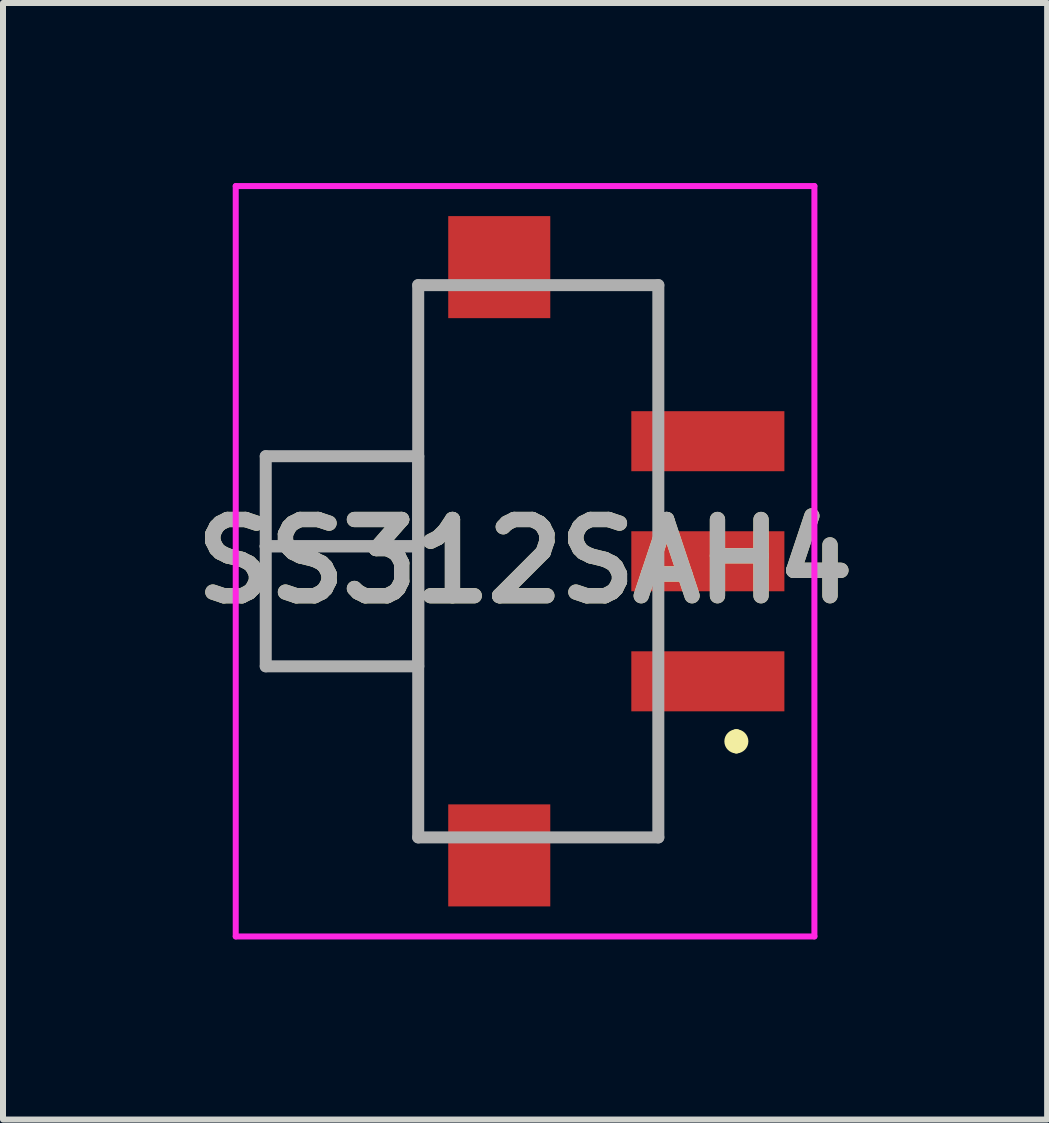
<source format=kicad_pcb>
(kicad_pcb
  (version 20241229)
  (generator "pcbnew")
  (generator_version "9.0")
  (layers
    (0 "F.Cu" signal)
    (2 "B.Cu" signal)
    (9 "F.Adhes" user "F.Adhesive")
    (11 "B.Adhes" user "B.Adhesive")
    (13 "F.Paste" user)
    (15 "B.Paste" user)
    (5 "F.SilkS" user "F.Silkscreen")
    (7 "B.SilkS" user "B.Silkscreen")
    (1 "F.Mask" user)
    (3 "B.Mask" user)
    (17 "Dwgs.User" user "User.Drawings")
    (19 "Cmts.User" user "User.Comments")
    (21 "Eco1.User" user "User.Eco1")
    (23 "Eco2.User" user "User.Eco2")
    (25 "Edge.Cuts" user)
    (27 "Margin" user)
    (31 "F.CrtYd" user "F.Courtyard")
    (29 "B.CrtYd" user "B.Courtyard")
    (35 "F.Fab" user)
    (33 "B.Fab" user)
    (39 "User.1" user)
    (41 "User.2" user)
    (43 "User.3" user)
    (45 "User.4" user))
  (footprint "SS312SAH4"
    (layer "F.Cu")
    (at 5.697 6.3)
    (property "Reference" "SS312SAH4" (at 0 0 0) (layer "F.SilkS") (effects (font (size 1.27 1.27) (thickness 0.254))))
    (attr smd)
    (fp_line (start -1.78 -4.6) (end -1.78 4.6) (stroke (width 0.1) (type solid)) (layer "F.SilkS"))
    (fp_line (start 2.22 -4.6) (end 1.22 -4.6) (stroke (width 0.1) (type solid)) (layer "F.SilkS"))
    (fp_line (start 2.22 -3) (end 2.22 -4.6) (stroke (width 0.1) (type solid)) (layer "F.SilkS"))
    (fp_line (start 2.22 3) (end 2.22 4.6) (stroke (width 0.1) (type solid)) (layer "F.SilkS"))
    (fp_line (start 2.22 4.6) (end 1.22 4.6) (stroke (width 0.1) (type solid)) (layer "F.SilkS"))
    (fp_line (start 3.52 2.9) (end 3.52 2.9) (stroke (width 0.2) (type solid)) (layer "F.SilkS"))
    (fp_line (start 3.52 3.1) (end 3.52 3.1) (stroke (width 0.2) (type solid)) (layer "F.SilkS"))
    (fp_arc (start 3.52 2.9) (mid 3.62 3) (end 3.52 3.1) (stroke (width 0.2) (type solid)) (layer "F.SilkS"))
    (fp_arc (start 3.52 3.1) (mid 3.42 3) (end 3.52 2.9) (stroke (width 0.2) (type solid)) (layer "F.SilkS"))
    (fp_line (start -4.82 -6.25) (end 4.82 -6.25) (stroke (width 0.1) (type solid)) (layer "F.CrtYd"))
    (fp_line (start -4.82 6.25) (end -4.82 -6.25) (stroke (width 0.1) (type solid)) (layer "F.CrtYd"))
    (fp_line (start 4.82 -6.25) (end 4.82 6.25) (stroke (width 0.1) (type solid)) (layer "F.CrtYd"))
    (fp_line (start 4.82 6.25) (end -4.82 6.25) (stroke (width 0.1) (type solid)) (layer "F.CrtYd"))
    (fp_line (start -4.32 -1.75) (end -4.32 -0.25) (stroke (width 0.2) (type solid)) (layer "F.Fab"))
    (fp_line (start -4.32 -0.25) (end -1.78 -0.25) (stroke (width 0.2) (type solid)) (layer "F.Fab"))
    (fp_line (start -4.32 -0.25) (end -1.78 -0.25) (stroke (width 0.2) (type solid)) (layer "F.Fab"))
    (fp_line (start -4.32 1.75) (end -4.32 -0.25) (stroke (width 0.2) (type solid)) (layer "F.Fab"))
    (fp_line (start -1.78 -4.6) (end 2.22 -4.6) (stroke (width 0.2) (type solid)) (layer "F.Fab"))
    (fp_line (start -1.78 -1.75) (end -4.32 -1.75) (stroke (width 0.2) (type solid)) (layer "F.Fab"))
    (fp_line (start -1.78 -0.25) (end -1.78 -1.75) (stroke (width 0.2) (type solid)) (layer "F.Fab"))
    (fp_line (start -1.78 -0.25) (end -1.78 1.75) (stroke (width 0.2) (type solid)) (layer "F.Fab"))
    (fp_line (start -1.78 1.75) (end -4.32 1.75) (stroke (width 0.2) (type solid)) (layer "F.Fab"))
    (fp_line (start -1.78 4.6) (end -1.78 -4.6) (stroke (width 0.2) (type solid)) (layer "F.Fab"))
    (fp_line (start 2.22 -4.6) (end 2.22 4.6) (stroke (width 0.2) (type solid)) (layer "F.Fab"))
    (fp_line (start 2.22 4.6) (end -1.78 4.6) (stroke (width 0.2) (type solid)) (layer "F.Fab"))
    (fp_text user "${REFERENCE}" (at 0 0 0) (layer "F.Fab") (effects (font (size 1.27 1.27) (thickness 0.254))))
    (pad "1" smd rect (at 3.045 2 90) (size 1 2.55) (layers "F.Cu" "F.Mask" "F.Paste"))
    (pad "2" smd rect (at 3.045 0 90) (size 1 2.55) (layers "F.Cu" "F.Mask" "F.Paste"))
    (pad "3" smd rect (at 3.045 -2 90) (size 1 2.55) (layers "F.Cu" "F.Mask" "F.Paste"))
    (pad "MP1" smd rect (at -0.43 4.9 90) (size 1.7 1.7) (layers "F.Cu" "F.Mask" "F.Paste"))
    (pad "MP2" smd rect (at -0.43 -4.9 90) (size 1.7 1.7) (layers "F.Cu" "F.Mask" "F.Paste")))
  (gr_rect
    (start -3 -3)
    (end 14.394 15.6)
    (stroke (width 0.1) (type default))
    (fill no)
    (layer "Edge.Cuts")))
</source>
